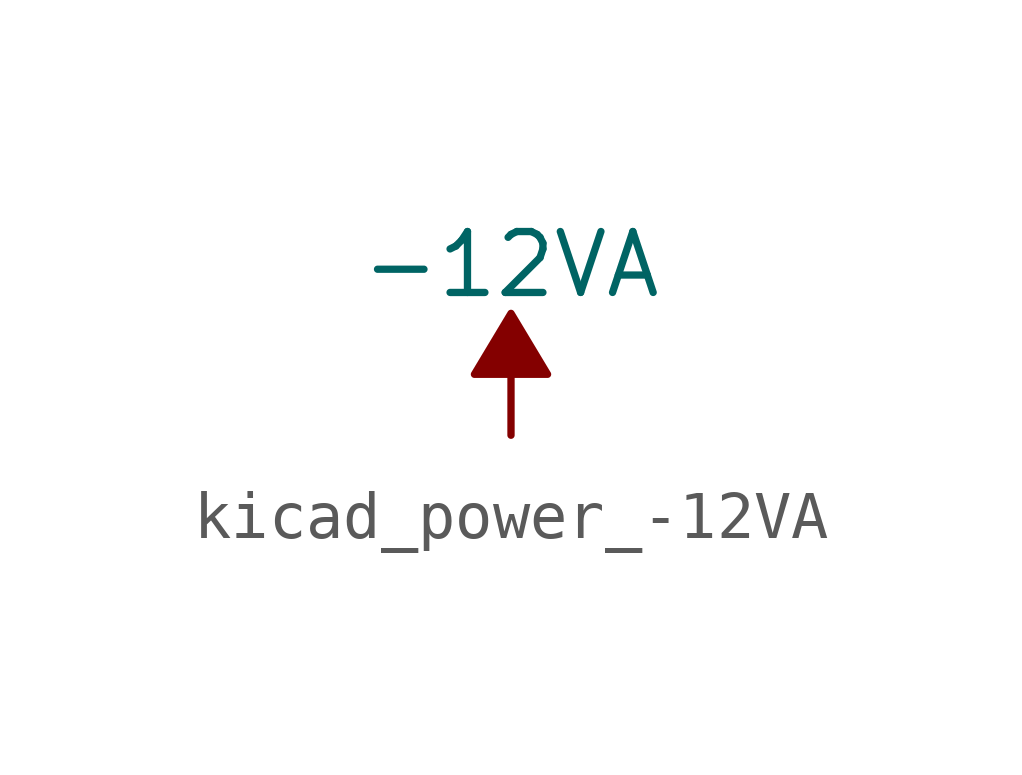
<source format=kicad_sym>
(kicad_symbol_lib
  (version 20220914)
  (generator kicad_symbol_editor)
  (symbol "kicad_power_-12VA"
    (power)
    (pin_names
      (offset 0))
    (property "Reference" "#PWR"
      (at 0 -3.81 0)
      (effects (font (size 1.27 1.27)) hide))
    (property "Value" "-12VA"
      (at 0 3.556 0)
      (effects (font (size 1.27 1.27))))
    (symbol "kicad_power_-12VA_0_0"
      (pin power_in line (at 0 0 90) (length 0) hide (name "-12VA" (effects (font (size 1.27 1.27)))) (number "1" (effects (font (size 1.27 1.27))))))
    (symbol "kicad_power_-12VA_0_1"
      (polyline (pts (xy 0 0) (xy 0 1.27) (xy 0.762 1.27) (xy 0 2.54) (xy -0.762 1.27) (xy 0 1.27)) (stroke (width 0) (type default)) (fill (type outline))))))
</source>
